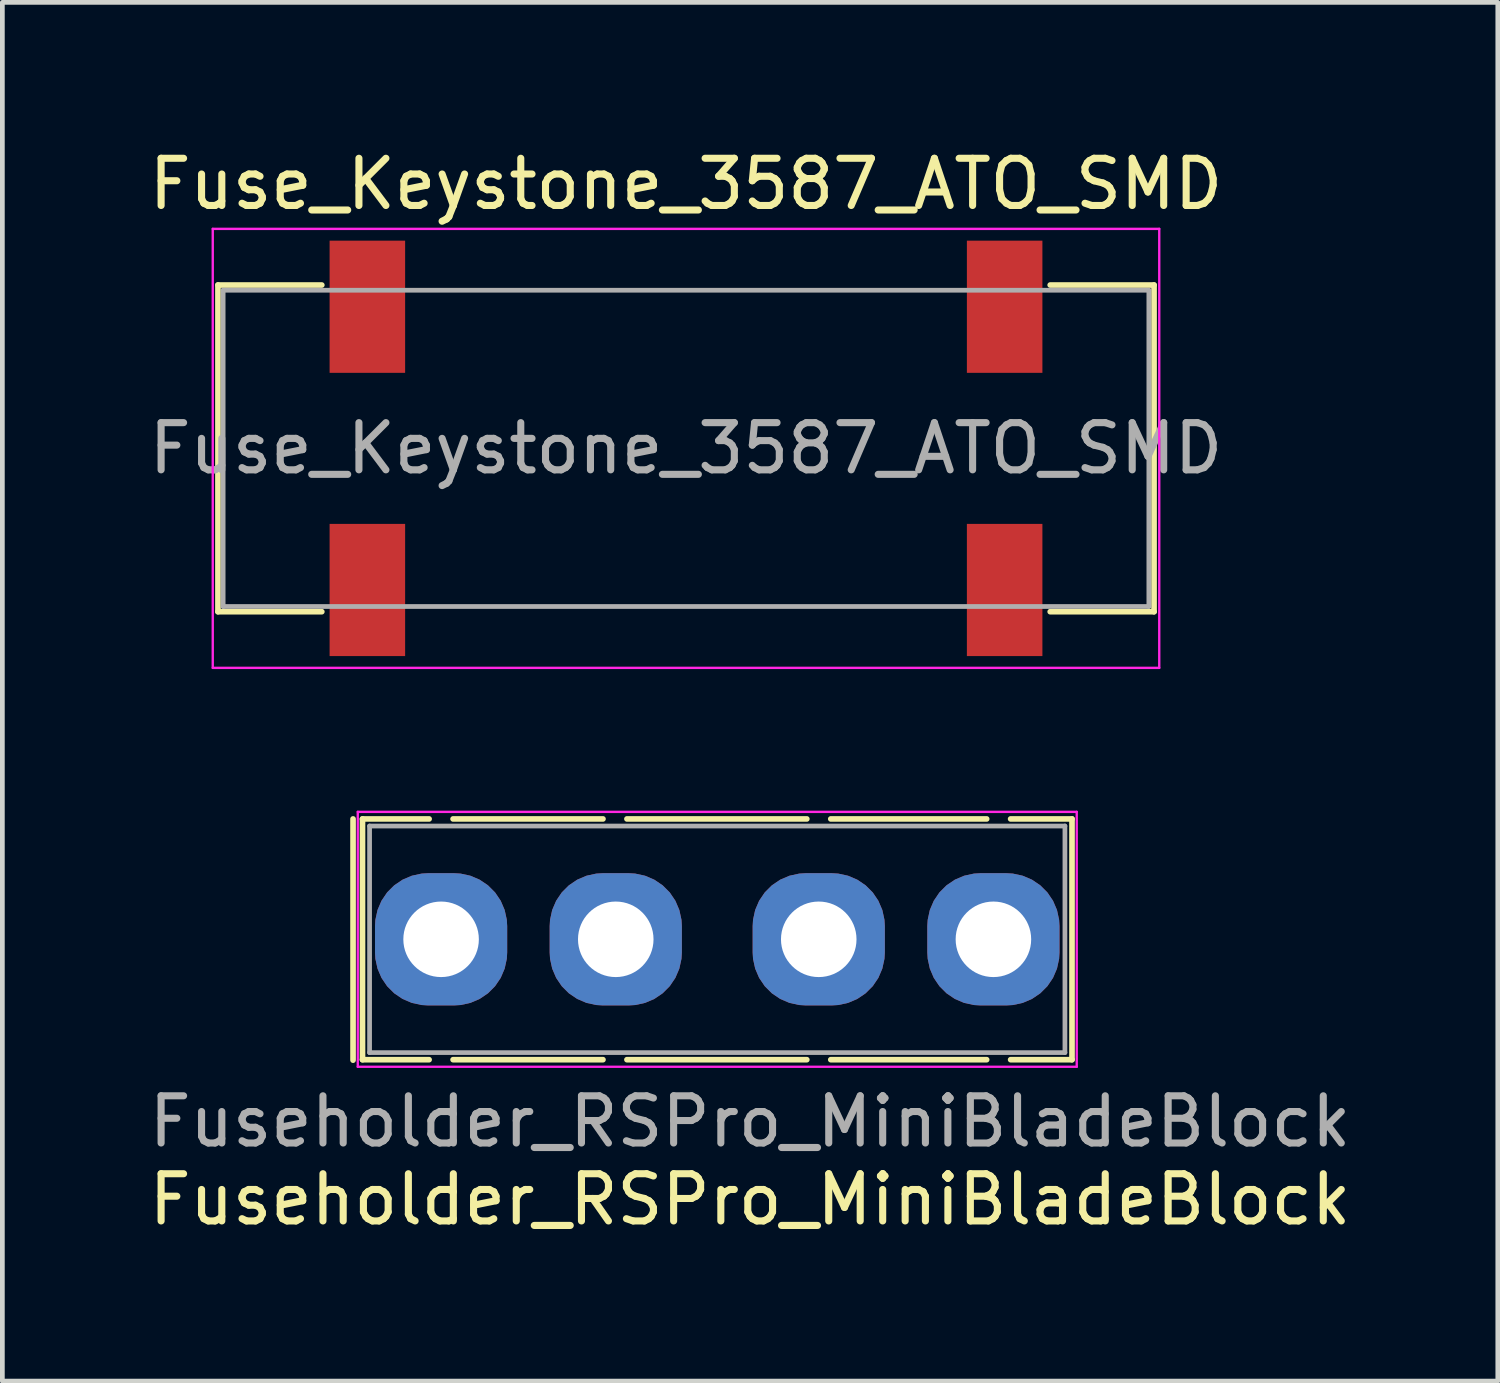
<source format=kicad_pcb>
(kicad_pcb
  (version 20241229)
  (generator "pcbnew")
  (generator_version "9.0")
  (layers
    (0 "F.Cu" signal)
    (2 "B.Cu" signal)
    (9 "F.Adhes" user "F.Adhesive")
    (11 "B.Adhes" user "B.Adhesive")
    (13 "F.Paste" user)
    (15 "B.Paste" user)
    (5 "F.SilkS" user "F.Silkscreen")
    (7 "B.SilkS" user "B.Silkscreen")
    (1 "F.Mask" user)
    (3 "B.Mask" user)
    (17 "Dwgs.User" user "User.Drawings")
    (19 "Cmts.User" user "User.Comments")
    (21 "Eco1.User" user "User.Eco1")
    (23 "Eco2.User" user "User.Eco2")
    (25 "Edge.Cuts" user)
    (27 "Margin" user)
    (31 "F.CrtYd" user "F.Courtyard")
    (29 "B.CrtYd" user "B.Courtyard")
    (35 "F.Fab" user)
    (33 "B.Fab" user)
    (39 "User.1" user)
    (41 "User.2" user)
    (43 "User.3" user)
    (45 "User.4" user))
  (footprint "Fuseholder_RSPro_MiniBladeBlock"
    (layer "F.Cu")
    (at 6.294 16.848)
    (property "Reference" "Fuseholder_RSPro_MiniBladeBlock" (at 6.545 5.511 0) (layer "F.SilkS") (effects (font (size 1 1) (thickness 0.15))))
    (attr through_hole)
    (fp_line (start -1.865 -2.55) (end -1.865 2.56) (stroke (width 0.12) (type solid)) (layer "F.SilkS"))
    (fp_line (start -1.665 -2.55) (end -0.254 -2.55) (stroke (width 0.12) (type solid)) (layer "F.SilkS"))
    (fp_line (start -1.665 2.55) (end -1.665 -2.55) (stroke (width 0.12) (type solid)) (layer "F.SilkS"))
    (fp_line (start -1.665 2.55) (end -0.254 2.55) (stroke (width 0.12) (type solid)) (layer "F.SilkS"))
    (fp_line (start 0.254 -2.55) (end 3.429 -2.55) (stroke (width 0.12) (type solid)) (layer "F.SilkS"))
    (fp_line (start 0.254 2.55) (end 3.429 2.55) (stroke (width 0.12) (type solid)) (layer "F.SilkS"))
    (fp_line (start 3.937 -2.55) (end 7.747 -2.55) (stroke (width 0.12) (type solid)) (layer "F.SilkS"))
    (fp_line (start 3.937 2.55) (end 7.747 2.55) (stroke (width 0.12) (type solid)) (layer "F.SilkS"))
    (fp_line (start 8.255 -2.55) (end 11.557 -2.55) (stroke (width 0.12) (type solid)) (layer "F.SilkS"))
    (fp_line (start 8.255 2.55) (end 11.557 2.55) (stroke (width 0.12) (type solid)) (layer "F.SilkS"))
    (fp_line (start 13.365 -2.55) (end 12.065 -2.55) (stroke (width 0.12) (type solid)) (layer "F.SilkS"))
    (fp_line (start 13.365 -2.55) (end 13.365 2.55) (stroke (width 0.12) (type solid)) (layer "F.SilkS"))
    (fp_line (start 13.365 2.55) (end 12.065 2.55) (stroke (width 0.12) (type solid)) (layer "F.SilkS"))
    (fp_line (start -1.765 -2.7) (end 13.465 -2.7) (stroke (width 0.05) (type solid)) (layer "F.CrtYd"))
    (fp_line (start -1.765 2.7) (end -1.765 -2.7) (stroke (width 0.05) (type solid)) (layer "F.CrtYd"))
    (fp_line (start 13.465 -2.7) (end 13.465 2.7) (stroke (width 0.05) (type solid)) (layer "F.CrtYd"))
    (fp_line (start 13.465 2.7) (end -1.765 2.7) (stroke (width 0.05) (type solid)) (layer "F.CrtYd"))
    (fp_line (start -1.515 -2.4) (end 13.215 -2.4) (stroke (width 0.1) (type solid)) (layer "F.Fab"))
    (fp_line (start -1.515 2.4) (end -1.515 -2.4) (stroke (width 0.1) (type solid)) (layer "F.Fab"))
    (fp_line (start 13.215 -2.4) (end 13.215 2.4) (stroke (width 0.1) (type solid)) (layer "F.Fab"))
    (fp_line (start 13.215 2.4) (end -1.515 2.4) (stroke (width 0.1) (type solid)) (layer "F.Fab"))
    (fp_text user "${REFERENCE}" (at 6.545 3.86 0) (layer "F.Fab") (effects (font (size 1 1) (thickness 0.15))))
    (pad "1" thru_hole roundrect (at 0 0 90) (size 2.8 2.8) (drill 1.6) (layers "*.Cu" "*.Mask") (roundrect_rratio 0.4))
    (pad "1" thru_hole roundrect (at 3.7 0 90) (size 2.8 2.8) (drill 1.6) (layers "*.Cu" "*.Mask") (roundrect_rratio 0.4))
    (pad "2" thru_hole roundrect (at 8 0 90) (size 2.8 2.8) (drill 1.6) (layers "*.Cu" "*.Mask") (roundrect_rratio 0.4))
    (pad "2" thru_hole roundrect (at 11.7 0 90) (size 2.8 2.8) (drill 1.6) (layers "*.Cu" "*.Mask") (roundrect_rratio 0.4)))
  (footprint "Fuse_Keystone_3587_ATO_SMD"
    (layer "F.Cu")
    (at 11.482 6.448)
    (property "Reference" "Fuse_Keystone_3587_ATO_SMD" (at 0 -5.6 0) (layer "F.SilkS") (effects (font (size 1 1) (thickness 0.15))))
    (attr smd)
    (fp_line (start -9.915 -3.46) (end -9.915 3.46) (stroke (width 0.12) (type solid)) (layer "F.SilkS"))
    (fp_line (start -9.915 -3.46) (end -7.715 -3.46) (stroke (width 0.12) (type solid)) (layer "F.SilkS"))
    (fp_line (start -9.915 3.46) (end -7.715 3.46) (stroke (width 0.12) (type solid)) (layer "F.SilkS"))
    (fp_line (start 9.915 -3.46) (end 7.715 -3.46) (stroke (width 0.12) (type solid)) (layer "F.SilkS"))
    (fp_line (start 9.915 -3.46) (end 9.915 3.46) (stroke (width 0.12) (type solid)) (layer "F.SilkS"))
    (fp_line (start 9.915 3.46) (end 7.715 3.46) (stroke (width 0.12) (type solid)) (layer "F.SilkS"))
    (fp_line (start -10.025 -4.65) (end 10.025 -4.65) (stroke (width 0.05) (type solid)) (layer "F.CrtYd"))
    (fp_line (start -10.025 4.65) (end -10.025 -4.65) (stroke (width 0.05) (type solid)) (layer "F.CrtYd"))
    (fp_line (start 10.025 -4.65) (end 10.025 4.65) (stroke (width 0.05) (type solid)) (layer "F.CrtYd"))
    (fp_line (start 10.025 4.65) (end -10.025 4.65) (stroke (width 0.05) (type solid)) (layer "F.CrtYd"))
    (fp_line (start -9.805 -3.35) (end -9.805 3.35) (stroke (width 0.1) (type solid)) (layer "F.Fab"))
    (fp_line (start -9.805 -3.35) (end 9.805 -3.35) (stroke (width 0.1) (type solid)) (layer "F.Fab"))
    (fp_line (start -9.805 3.35) (end 9.805 3.35) (stroke (width 0.1) (type solid)) (layer "F.Fab"))
    (fp_line (start 9.805 -3.35) (end 9.805 3.35) (stroke (width 0.1) (type solid)) (layer "F.Fab"))
    (fp_text user "${REFERENCE}" (at 0 0 0) (layer "F.Fab") (effects (font (size 1 1) (thickness 0.15))))
    (pad "1" smd rect (at -6.75 -3) (size 1.6 2.8) (layers "F.Cu" "F.Mask" "F.Paste"))
    (pad "1" smd rect (at -6.75 3) (size 1.6 2.8) (layers "F.Cu" "F.Mask" "F.Paste"))
    (pad "2" smd rect (at 6.75 -3) (size 1.6 2.8) (layers "F.Cu" "F.Mask" "F.Paste"))
    (pad "2" smd rect (at 6.75 3) (size 1.6 2.8) (layers "F.Cu" "F.Mask" "F.Paste")))
  (gr_rect
    (start -3 -3)
    (end 28.679 26.207)
    (stroke (width 0.1) (type default))
    (fill no)
    (layer "Edge.Cuts")))
</source>
